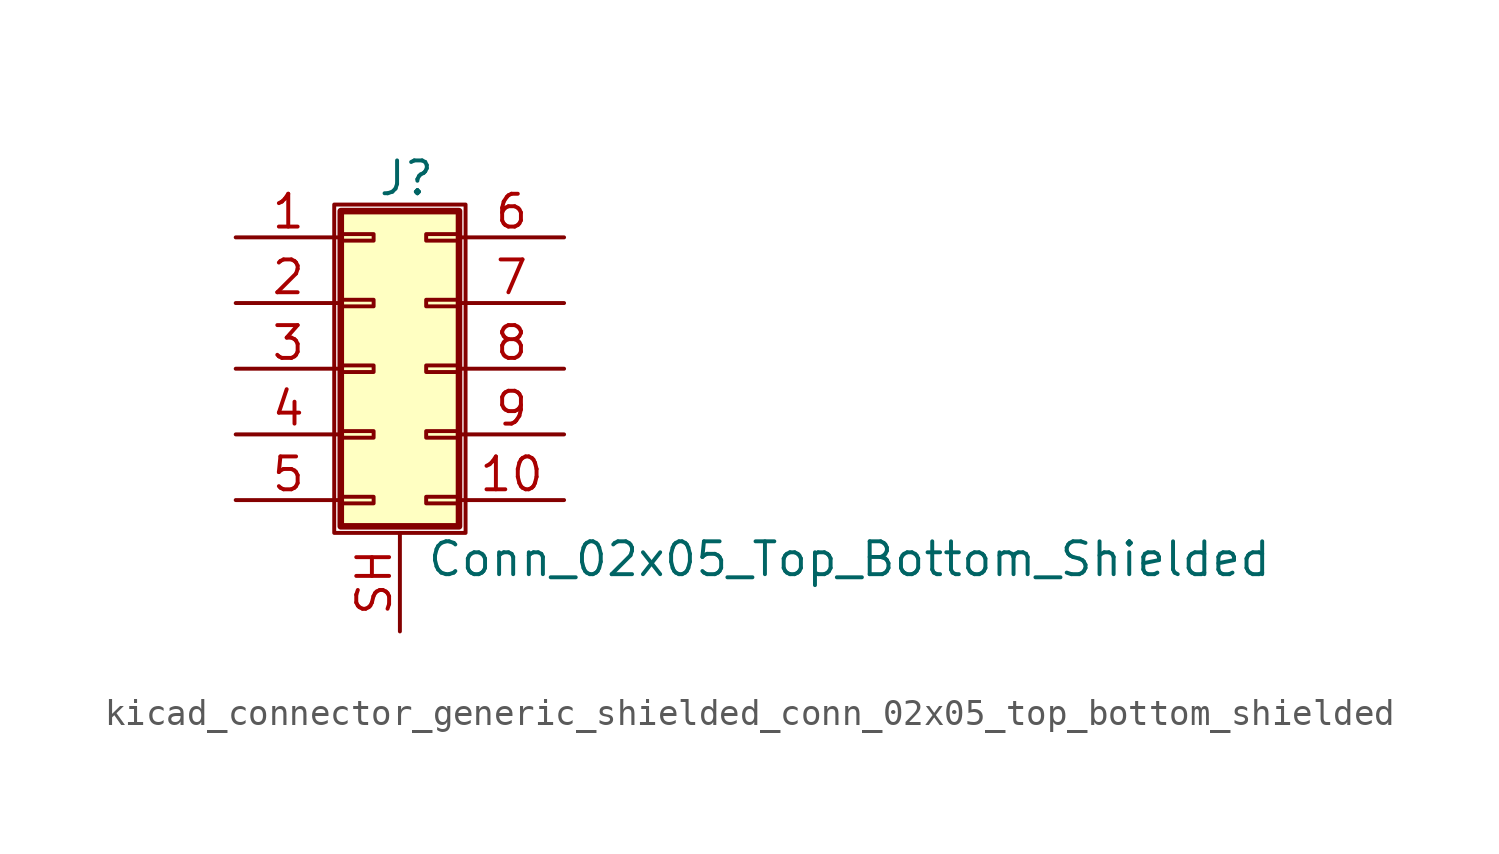
<source format=kicad_sym>
(kicad_symbol_lib
  (version 20220914)
  (generator kicad_symbol_editor)
  (symbol "kicad_connector_generic_shielded_conn_02x05_top_bottom_shielded"
    (pin_names
      (offset 1.016) hide)
    (property "Reference" "J"
      (at 1.524 7.366 0)
      (effects (font (size 1.27 1.27))))
    (property "Value" "Conn_02x05_Top_Bottom_Shielded"
      (at 2.286 -7.366 0)
      (effects (font (size 1.27 1.27)) (justify left)))
    (symbol "kicad_connector_generic_shielded_conn_02x05_top_bottom_shielded_1_1"
      (rectangle (start -1.27 6.35) (end 3.81 -6.35) (stroke (width 0.152) (type default)) (fill (type none)))
      (rectangle (start -1.016 -4.953) (end 0.254 -5.207) (stroke (width 0.152) (type default)) (fill (type none)))
      (rectangle (start -1.016 -2.413) (end 0.254 -2.667) (stroke (width 0.152) (type default)) (fill (type none)))
      (rectangle (start -1.016 0.127) (end 0.254 -0.127) (stroke (width 0.152) (type default)) (fill (type none)))
      (rectangle (start -1.016 2.667) (end 0.254 2.413) (stroke (width 0.152) (type default)) (fill (type none)))
      (rectangle (start -1.016 5.207) (end 0.254 4.953) (stroke (width 0.152) (type default)) (fill (type none)))
      (rectangle (start -1.016 6.096) (end 3.556 -6.096) (stroke (width 0.254) (type default)) (fill (type background)))
      (rectangle (start 3.556 -4.953) (end 2.286 -5.207) (stroke (width 0.152) (type default)) (fill (type none)))
      (rectangle (start 3.556 -2.413) (end 2.286 -2.667) (stroke (width 0.152) (type default)) (fill (type none)))
      (rectangle (start 3.556 0.127) (end 2.286 -0.127) (stroke (width 0.152) (type default)) (fill (type none)))
      (rectangle (start 3.556 2.667) (end 2.286 2.413) (stroke (width 0.152) (type default)) (fill (type none)))
      (rectangle (start 3.556 5.207) (end 2.286 4.953) (stroke (width 0.152) (type default)) (fill (type none)))
      (pin passive line (at -5.08 5.08 0) (length 4.064) (name "Pin_1" (effects (font (size 1.27 1.27)))) (number "1" (effects (font (size 1.27 1.27)))))
      (pin passive line (at 7.62 -5.08 180) (length 4.064) (name "Pin_10" (effects (font (size 1.27 1.27)))) (number "10" (effects (font (size 1.27 1.27)))))
      (pin passive line (at -5.08 2.54 0) (length 4.064) (name "Pin_2" (effects (font (size 1.27 1.27)))) (number "2" (effects (font (size 1.27 1.27)))))
      (pin passive line (at -5.08 0 0) (length 4.064) (name "Pin_3" (effects (font (size 1.27 1.27)))) (number "3" (effects (font (size 1.27 1.27)))))
      (pin passive line (at -5.08 -2.54 0) (length 4.064) (name "Pin_4" (effects (font (size 1.27 1.27)))) (number "4" (effects (font (size 1.27 1.27)))))
      (pin passive line (at -5.08 -5.08 0) (length 4.064) (name "Pin_5" (effects (font (size 1.27 1.27)))) (number "5" (effects (font (size 1.27 1.27)))))
      (pin passive line (at 7.62 5.08 180) (length 4.064) (name "Pin_6" (effects (font (size 1.27 1.27)))) (number "6" (effects (font (size 1.27 1.27)))))
      (pin passive line (at 7.62 2.54 180) (length 4.064) (name "Pin_7" (effects (font (size 1.27 1.27)))) (number "7" (effects (font (size 1.27 1.27)))))
      (pin passive line (at 7.62 0 180) (length 4.064) (name "Pin_8" (effects (font (size 1.27 1.27)))) (number "8" (effects (font (size 1.27 1.27)))))
      (pin passive line (at 7.62 -2.54 180) (length 4.064) (name "Pin_9" (effects (font (size 1.27 1.27)))) (number "9" (effects (font (size 1.27 1.27)))))
      (pin passive line (at 1.27 -10.16 90) (length 3.81) (name "Shield" (effects (font (size 1.27 1.27)))) (number "SH" (effects (font (size 1.27 1.27))))))))
</source>
